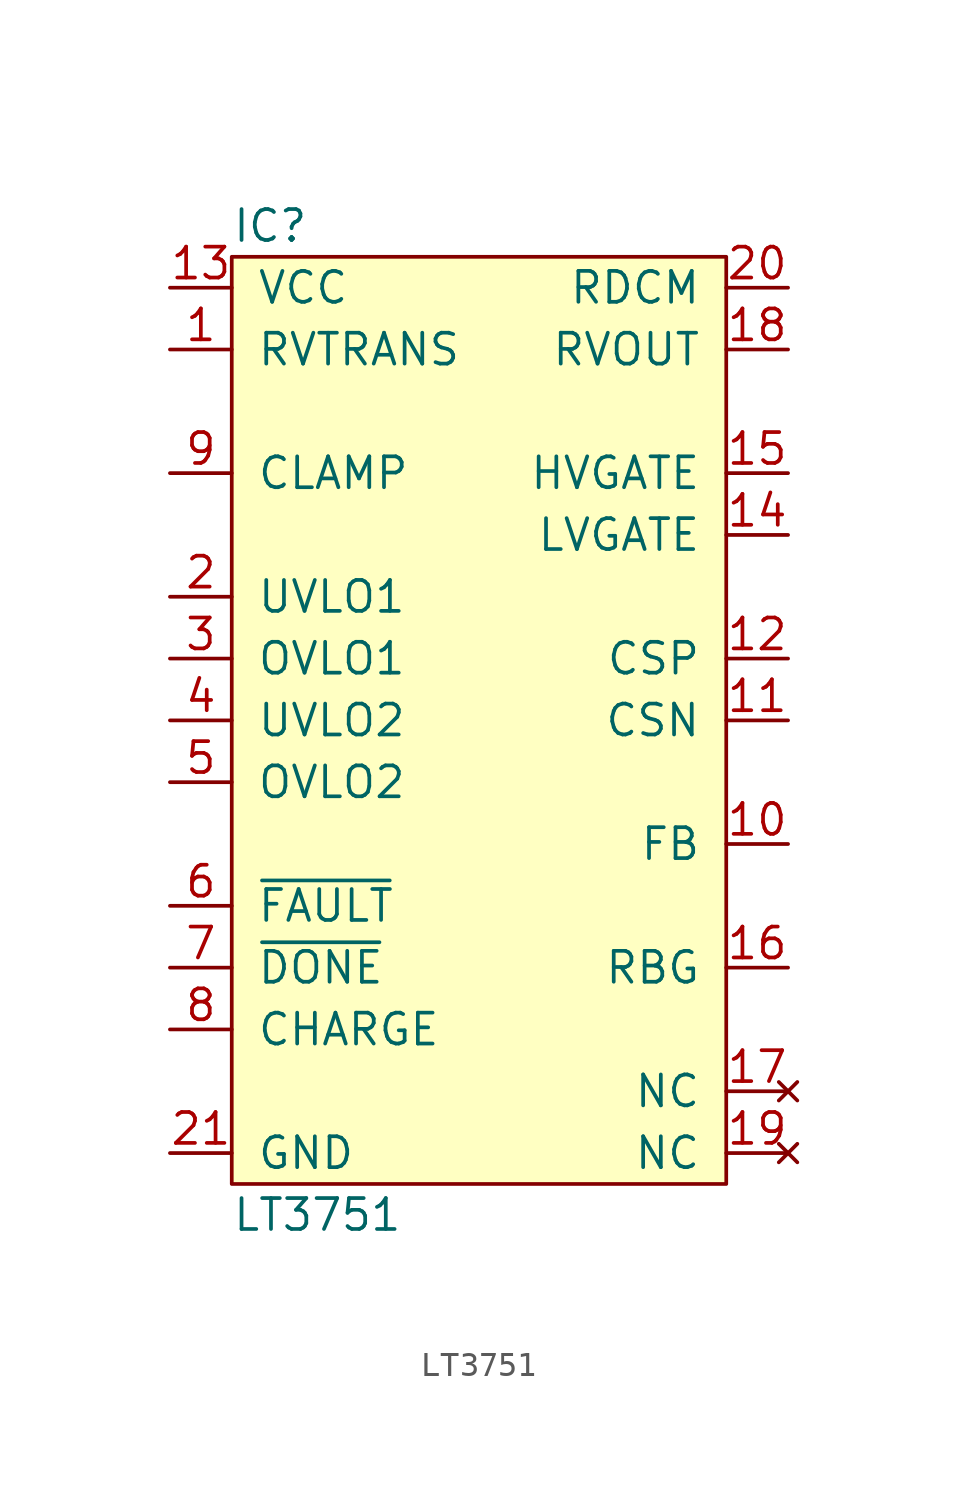
<source format=kicad_sym>
(kicad_symbol_lib
  (version 20241209)
  (generator "kicad_symbol_editor")
  (generator_version "9.0")
  (symbol "LT3751"
    (pin_names
      (offset 1.016))
    (property "Reference" "IC"
      (at -10.16 20.32 0)
      (effects (font (size 1.27 1.27)) (justify left)))
    (property "Value" "LT3751"
      (at -10.16 -20.32 0)
      (effects (font (size 1.27 1.27)) (justify left)))
    (symbol "LT3751_0_0"
      (pin power_in line (at -12.7 17.78 0) (length 2.54) (name "VCC" (effects (font (size 1.27 1.27)))) (number "13" (effects (font (size 1.27 1.27)))))
      (pin passive line (at -12.7 15.24 0) (length 2.54) (name "RVTRANS" (effects (font (size 1.27 1.27)))) (number "1" (effects (font (size 1.27 1.27)))))
      (pin passive line (at -12.7 10.16 0) (length 2.54) (name "CLAMP" (effects (font (size 1.27 1.27)))) (number "9" (effects (font (size 1.27 1.27)))))
      (pin input line (at -12.7 5.08 0) (length 2.54) (name "UVLO1" (effects (font (size 1.27 1.27)))) (number "2" (effects (font (size 1.27 1.27)))))
      (pin input line (at -12.7 2.54 0) (length 2.54) (name "OVLO1" (effects (font (size 1.27 1.27)))) (number "3" (effects (font (size 1.27 1.27)))))
      (pin input line (at -12.7 0 0) (length 2.54) (name "UVLO2" (effects (font (size 1.27 1.27)))) (number "4" (effects (font (size 1.27 1.27)))))
      (pin input line (at -12.7 -2.54 0) (length 2.54) (name "OVLO2" (effects (font (size 1.27 1.27)))) (number "5" (effects (font (size 1.27 1.27)))))
      (pin open_collector line (at -12.7 -7.62 0) (length 2.54) (name "~{FAULT}" (effects (font (size 1.27 1.27)))) (number "6" (effects (font (size 1.27 1.27)))))
      (pin open_collector line (at -12.7 -10.16 0) (length 2.54) (name "~{DONE}" (effects (font (size 1.27 1.27)))) (number "7" (effects (font (size 1.27 1.27)))))
      (pin input line (at -12.7 -12.7 0) (length 2.54) (name "CHARGE" (effects (font (size 1.27 1.27)))) (number "8" (effects (font (size 1.27 1.27)))))
      (pin power_in line (at -12.7 -17.78 0) (length 2.54) (name "GND" (effects (font (size 1.27 1.27)))) (number "21" (effects (font (size 1.27 1.27)))))
      (pin passive line (at 12.7 17.78 180) (length 2.54) (name "RDCM" (effects (font (size 1.27 1.27)))) (number "20" (effects (font (size 1.27 1.27)))))
      (pin passive line (at 12.7 15.24 180) (length 2.54) (name "RVOUT" (effects (font (size 1.27 1.27)))) (number "18" (effects (font (size 1.27 1.27)))))
      (pin output line (at 12.7 10.16 180) (length 2.54) (name "HVGATE" (effects (font (size 1.27 1.27)))) (number "15" (effects (font (size 1.27 1.27)))))
      (pin passive line (at 12.7 7.62 180) (length 2.54) (name "LVGATE" (effects (font (size 1.27 1.27)))) (number "14" (effects (font (size 1.27 1.27)))))
      (pin input line (at 12.7 2.54 180) (length 2.54) (name "CSP" (effects (font (size 1.27 1.27)))) (number "12" (effects (font (size 1.27 1.27)))))
      (pin input line (at 12.7 0 180) (length 2.54) (name "CSN" (effects (font (size 1.27 1.27)))) (number "11" (effects (font (size 1.27 1.27)))))
      (pin input line (at 12.7 -5.08 180) (length 2.54) (name "FB" (effects (font (size 1.27 1.27)))) (number "10" (effects (font (size 1.27 1.27)))))
      (pin passive line (at 12.7 -10.16 180) (length 2.54) (name "RBG" (effects (font (size 1.27 1.27)))) (number "16" (effects (font (size 1.27 1.27)))))
      (pin no_connect line (at 12.7 -15.24 180) (length 2.54) (name "NC" (effects (font (size 1.27 1.27)))) (number "17" (effects (font (size 1.27 1.27)))))
      (pin no_connect line (at 12.7 -17.78 180) (length 2.54) (name "NC" (effects (font (size 1.27 1.27)))) (number "19" (effects (font (size 1.27 1.27))))))
    (symbol "LT3751_0_1"
      (rectangle (start -10.16 19.05) (end 10.16 -19.05) (stroke (width 0) (type solid)) (fill (type background))))))
</source>
